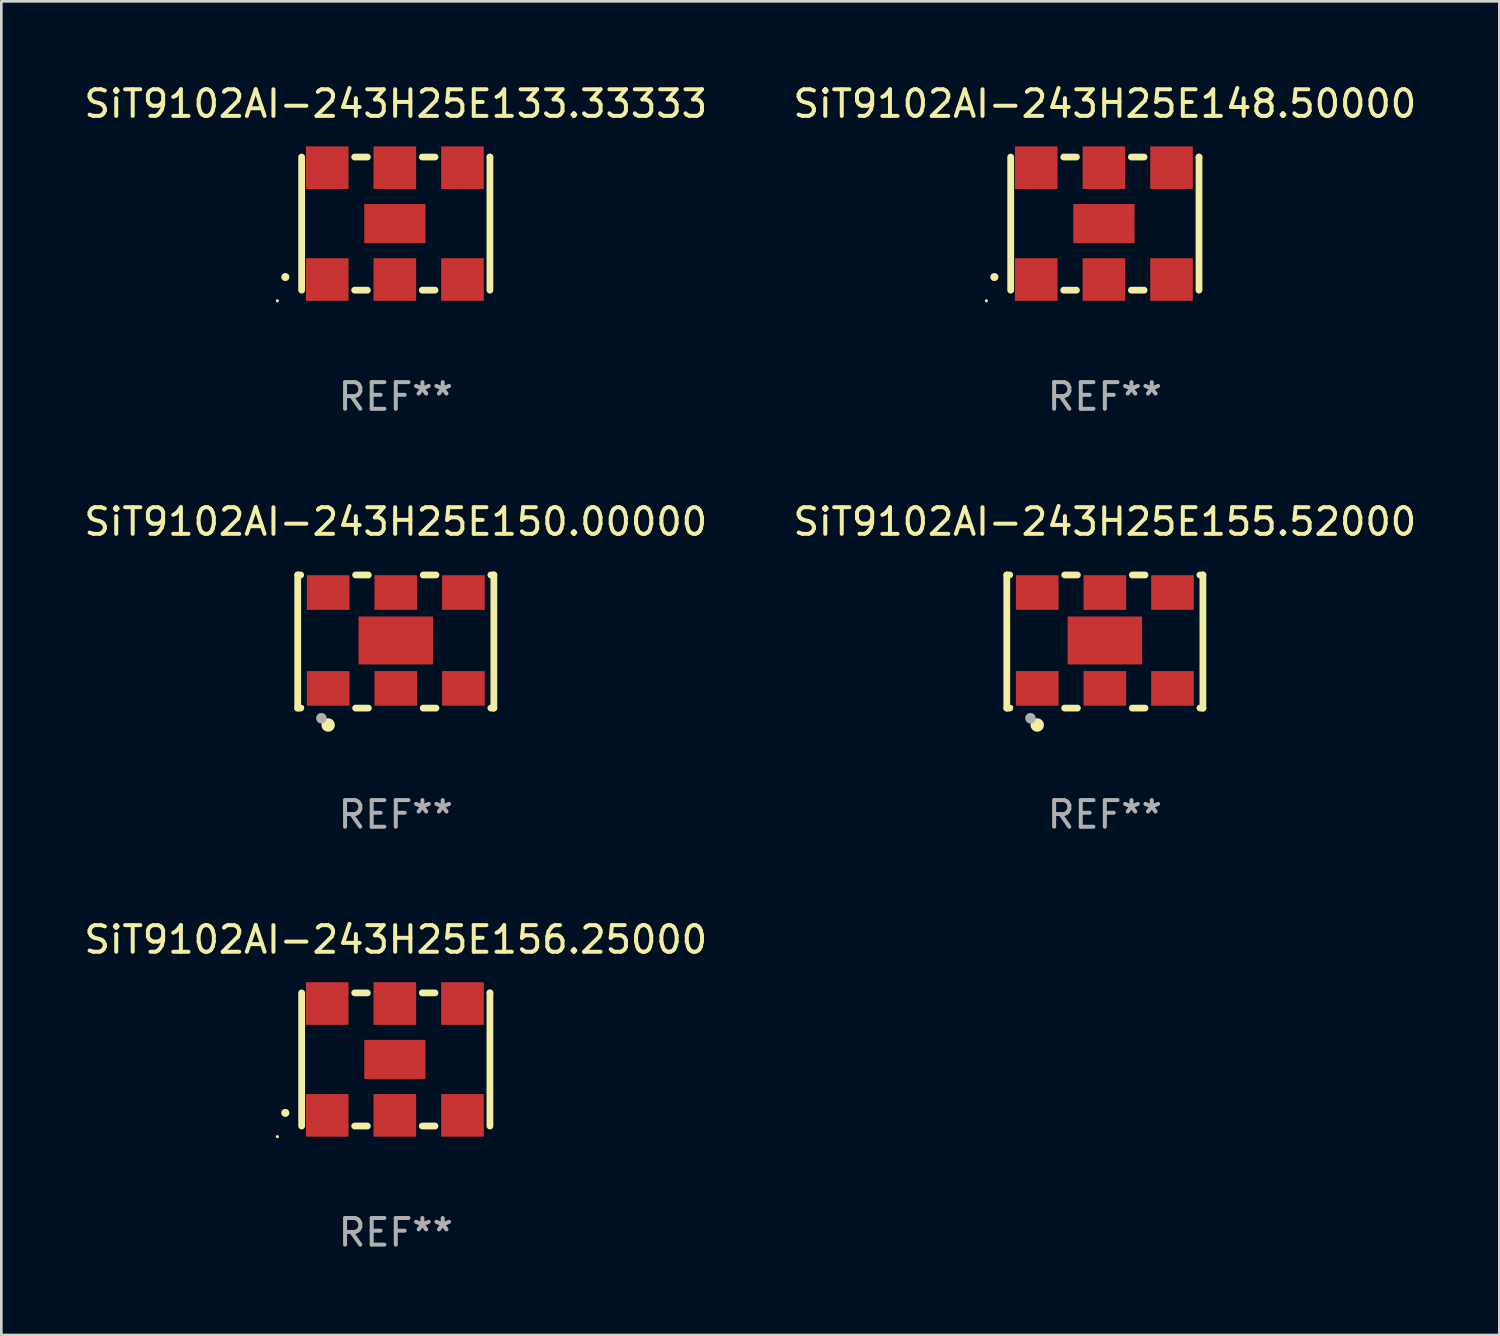
<source format=kicad_pcb>
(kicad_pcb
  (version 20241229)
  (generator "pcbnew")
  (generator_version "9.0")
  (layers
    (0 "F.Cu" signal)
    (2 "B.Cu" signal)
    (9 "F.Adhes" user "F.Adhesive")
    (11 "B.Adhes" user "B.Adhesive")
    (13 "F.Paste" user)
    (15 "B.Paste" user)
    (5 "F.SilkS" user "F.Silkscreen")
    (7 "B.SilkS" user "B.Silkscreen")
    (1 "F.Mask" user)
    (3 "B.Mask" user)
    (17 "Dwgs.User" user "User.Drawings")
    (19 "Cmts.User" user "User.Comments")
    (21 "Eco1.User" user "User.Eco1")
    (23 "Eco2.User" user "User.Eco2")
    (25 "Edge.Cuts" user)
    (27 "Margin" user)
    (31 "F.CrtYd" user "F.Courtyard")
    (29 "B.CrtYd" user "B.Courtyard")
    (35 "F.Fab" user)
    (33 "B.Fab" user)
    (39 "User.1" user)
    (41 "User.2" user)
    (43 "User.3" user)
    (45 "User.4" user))
  (footprint "SiT9102AI-243H25E148.50000"
    (layer "F.Cu")
    (at 38.446 5.348)
    (property "Reference" "SiT9102AI-243H25E148.50000" (at 0 -4.5 0) (layer "F.SilkS") (effects (font (size 1 1) (thickness 0.15))))
    (attr through_hole)
    (fp_line (start -3.536 -2.5) (end -3.536 2.5) (stroke (width 0.254) (type solid)) (layer "F.SilkS"))
    (fp_line (start -1.544 2.5) (end -1.067 2.5) (stroke (width 0.254) (type solid)) (layer "F.SilkS"))
    (fp_line (start -1.067 -2.5) (end -1.544 -2.5) (stroke (width 0.254) (type solid)) (layer "F.SilkS"))
    (fp_line (start 0.996 2.5) (end 1.473 2.5) (stroke (width 0.254) (type solid)) (layer "F.SilkS"))
    (fp_line (start 1.473 -2.5) (end 0.996 -2.5) (stroke (width 0.254) (type solid)) (layer "F.SilkS"))
    (fp_line (start 3.536 -2.5) (end 3.536 -2.5) (stroke (width 0.254) (type solid)) (layer "F.SilkS"))
    (fp_line (start 3.536 2.5) (end 3.536 -2.5) (stroke (width 0.254) (type solid)) (layer "F.SilkS"))
    (fp_arc (start -4.150432 2.006604) (mid -4.149162 2.006599) (end -4.147892 2.006604) (stroke (width 0.3) (type solid)) (layer "F.SilkS"))
    (fp_circle (center -4.449 2.9) (end -4.419 2.9) (stroke (width 0.06) (type solid)) (fill no) (layer "F.SilkS"))
    (fp_text user "REF**" (at 0 6.5 0) (layer "F.Fab") (effects (font (size 1 1) (thickness 0.15))))
    (pad "1" smd rect (at -2.576 2.1) (size 1.6 1.6) (layers "F.Cu" "F.Mask" "F.Paste"))
    (pad "2" smd rect (at -0.036 2.1) (size 1.6 1.6) (layers "F.Cu" "F.Mask" "F.Paste"))
    (pad "3" smd rect (at 2.504 2.1) (size 1.6 1.6) (layers "F.Cu" "F.Mask" "F.Paste"))
    (pad "4" smd rect (at 2.504 -2.1) (size 1.6 1.6) (layers "F.Cu" "F.Mask" "F.Paste"))
    (pad "5" smd rect (at -0.036 -2.1) (size 1.6 1.6) (layers "F.Cu" "F.Mask" "F.Paste"))
    (pad "6" smd rect (at -2.576 -2.1) (size 1.6 1.6) (layers "F.Cu" "F.Mask" "F.Paste"))
    (pad "7" smd rect (at -0.036 0) (size 2.3 1.47) (layers "F.Cu" "F.Mask" "F.Paste")))
  (footprint "SiT9102AI-243H25E150.00000"
    (layer "F.Cu")
    (at 11.815 21.045)
    (property "Reference" "SiT9102AI-243H25E150.00000" (at 0 -4.5 0) (layer "F.SilkS") (effects (font (size 1 1) (thickness 0.15))))
    (attr through_hole)
    (fp_line (start -3.683 -2.5) (end -3.571 -2.5) (stroke (width 0.254) (type solid)) (layer "F.SilkS"))
    (fp_line (start -3.683 2.5) (end -3.683 -2.5) (stroke (width 0.254) (type solid)) (layer "F.SilkS"))
    (fp_line (start -3.683 2.5) (end -3.571 2.5) (stroke (width 0.254) (type solid)) (layer "F.SilkS"))
    (fp_line (start -1.509 -2.5) (end -1.031 -2.5) (stroke (width 0.254) (type solid)) (layer "F.SilkS"))
    (fp_line (start -1.509 2.5) (end -1.031 2.5) (stroke (width 0.254) (type solid)) (layer "F.SilkS"))
    (fp_line (start 1.031 -2.5) (end 1.509 -2.5) (stroke (width 0.254) (type solid)) (layer "F.SilkS"))
    (fp_line (start 1.031 2.5) (end 1.509 2.5) (stroke (width 0.254) (type solid)) (layer "F.SilkS"))
    (fp_line (start 3.571 -2.5) (end 3.683 -2.5) (stroke (width 0.254) (type solid)) (layer "F.SilkS"))
    (fp_line (start 3.571 2.5) (end 3.683 2.5) (stroke (width 0.254) (type solid)) (layer "F.SilkS"))
    (fp_line (start 3.683 2.5) (end 3.683 -2.5) (stroke (width 0.254) (type solid)) (layer "F.SilkS"))
    (fp_circle (center -3.5 2.46) (end -3.47 2.46) (stroke (width 0.06) (type solid)) (fill no) (layer "F.SilkS"))
    (fp_circle (center -2.54 3.135) (end -2.413 3.135) (stroke (width 0.254) (type solid)) (fill no) (layer "F.SilkS"))
    (fp_circle (center -2.794 2.881) (end -2.694 2.881) (stroke (width 0.2) (type solid)) (fill no) (layer "F.Fab"))
    (fp_text user "REF**" (at 0 6.5 0) (layer "F.Fab") (effects (font (size 1 1) (thickness 0.15))))
    (pad "1" smd rect (at -2.54 1.76) (size 1.6 1.3) (layers "F.Cu" "F.Mask" "F.Paste"))
    (pad "2" smd rect (at 0 1.76) (size 1.6 1.3) (layers "F.Cu" "F.Mask" "F.Paste"))
    (pad "3" smd rect (at 2.54 1.76) (size 1.6 1.3) (layers "F.Cu" "F.Mask" "F.Paste"))
    (pad "4" smd rect (at 2.54 -1.84) (size 1.6 1.3) (layers "F.Cu" "F.Mask" "F.Paste"))
    (pad "5" smd rect (at 0 -1.84) (size 1.6 1.3) (layers "F.Cu" "F.Mask" "F.Paste"))
    (pad "6" smd rect (at -2.54 -1.84) (size 1.6 1.3) (layers "F.Cu" "F.Mask" "F.Paste"))
    (pad "7" smd rect (at 0 -0.04) (size 2.8 1.8) (layers "F.Cu" "F.Mask" "F.Paste")))
  (footprint "SiT9102AI-243H25E155.52000"
    (layer "F.Cu")
    (at 38.446 21.045)
    (property "Reference" "SiT9102AI-243H25E155.52000" (at 0 -4.5 0) (layer "F.SilkS") (effects (font (size 1 1) (thickness 0.15))))
    (attr through_hole)
    (fp_line (start -3.683 -2.5) (end -3.571 -2.5) (stroke (width 0.254) (type solid)) (layer "F.SilkS"))
    (fp_line (start -3.683 2.5) (end -3.683 -2.5) (stroke (width 0.254) (type solid)) (layer "F.SilkS"))
    (fp_line (start -3.683 2.5) (end -3.571 2.5) (stroke (width 0.254) (type solid)) (layer "F.SilkS"))
    (fp_line (start -1.509 -2.5) (end -1.031 -2.5) (stroke (width 0.254) (type solid)) (layer "F.SilkS"))
    (fp_line (start -1.509 2.5) (end -1.031 2.5) (stroke (width 0.254) (type solid)) (layer "F.SilkS"))
    (fp_line (start 1.031 -2.5) (end 1.509 -2.5) (stroke (width 0.254) (type solid)) (layer "F.SilkS"))
    (fp_line (start 1.031 2.5) (end 1.509 2.5) (stroke (width 0.254) (type solid)) (layer "F.SilkS"))
    (fp_line (start 3.571 -2.5) (end 3.683 -2.5) (stroke (width 0.254) (type solid)) (layer "F.SilkS"))
    (fp_line (start 3.571 2.5) (end 3.683 2.5) (stroke (width 0.254) (type solid)) (layer "F.SilkS"))
    (fp_line (start 3.683 2.5) (end 3.683 -2.5) (stroke (width 0.254) (type solid)) (layer "F.SilkS"))
    (fp_circle (center -3.5 2.46) (end -3.47 2.46) (stroke (width 0.06) (type solid)) (fill no) (layer "F.SilkS"))
    (fp_circle (center -2.54 3.135) (end -2.413 3.135) (stroke (width 0.254) (type solid)) (fill no) (layer "F.SilkS"))
    (fp_circle (center -2.794 2.881) (end -2.694 2.881) (stroke (width 0.2) (type solid)) (fill no) (layer "F.Fab"))
    (fp_text user "REF**" (at 0 6.5 0) (layer "F.Fab") (effects (font (size 1 1) (thickness 0.15))))
    (pad "1" smd rect (at -2.54 1.76) (size 1.6 1.3) (layers "F.Cu" "F.Mask" "F.Paste"))
    (pad "2" smd rect (at 0 1.76) (size 1.6 1.3) (layers "F.Cu" "F.Mask" "F.Paste"))
    (pad "3" smd rect (at 2.54 1.76) (size 1.6 1.3) (layers "F.Cu" "F.Mask" "F.Paste"))
    (pad "4" smd rect (at 2.54 -1.84) (size 1.6 1.3) (layers "F.Cu" "F.Mask" "F.Paste"))
    (pad "5" smd rect (at 0 -1.84) (size 1.6 1.3) (layers "F.Cu" "F.Mask" "F.Paste"))
    (pad "6" smd rect (at -2.54 -1.84) (size 1.6 1.3) (layers "F.Cu" "F.Mask" "F.Paste"))
    (pad "7" smd rect (at 0 -0.04) (size 2.8 1.8) (layers "F.Cu" "F.Mask" "F.Paste")))
  (footprint "SiT9102AI-243H25E156.25000"
    (layer "F.Cu")
    (at 11.815 36.741)
    (property "Reference" "SiT9102AI-243H25E156.25000" (at 0 -4.5 0) (layer "F.SilkS") (effects (font (size 1 1) (thickness 0.15))))
    (attr through_hole)
    (fp_line (start -3.536 -2.5) (end -3.536 2.5) (stroke (width 0.254) (type solid)) (layer "F.SilkS"))
    (fp_line (start -1.544 2.5) (end -1.067 2.5) (stroke (width 0.254) (type solid)) (layer "F.SilkS"))
    (fp_line (start -1.067 -2.5) (end -1.544 -2.5) (stroke (width 0.254) (type solid)) (layer "F.SilkS"))
    (fp_line (start 0.996 2.5) (end 1.473 2.5) (stroke (width 0.254) (type solid)) (layer "F.SilkS"))
    (fp_line (start 1.473 -2.5) (end 0.996 -2.5) (stroke (width 0.254) (type solid)) (layer "F.SilkS"))
    (fp_line (start 3.536 -2.5) (end 3.536 -2.5) (stroke (width 0.254) (type solid)) (layer "F.SilkS"))
    (fp_line (start 3.536 2.5) (end 3.536 -2.5) (stroke (width 0.254) (type solid)) (layer "F.SilkS"))
    (fp_arc (start -4.150432 2.006604) (mid -4.149162 2.006599) (end -4.147892 2.006604) (stroke (width 0.3) (type solid)) (layer "F.SilkS"))
    (fp_circle (center -4.449 2.9) (end -4.419 2.9) (stroke (width 0.06) (type solid)) (fill no) (layer "F.SilkS"))
    (fp_text user "REF**" (at 0 6.5 0) (layer "F.Fab") (effects (font (size 1 1) (thickness 0.15))))
    (pad "1" smd rect (at -2.576 2.1) (size 1.6 1.6) (layers "F.Cu" "F.Mask" "F.Paste"))
    (pad "2" smd rect (at -0.036 2.1) (size 1.6 1.6) (layers "F.Cu" "F.Mask" "F.Paste"))
    (pad "3" smd rect (at 2.504 2.1) (size 1.6 1.6) (layers "F.Cu" "F.Mask" "F.Paste"))
    (pad "4" smd rect (at 2.504 -2.1) (size 1.6 1.6) (layers "F.Cu" "F.Mask" "F.Paste"))
    (pad "5" smd rect (at -0.036 -2.1) (size 1.6 1.6) (layers "F.Cu" "F.Mask" "F.Paste"))
    (pad "6" smd rect (at -2.576 -2.1) (size 1.6 1.6) (layers "F.Cu" "F.Mask" "F.Paste"))
    (pad "7" smd rect (at -0.036 0) (size 2.3 1.47) (layers "F.Cu" "F.Mask" "F.Paste")))
  (footprint "SiT9102AI-243H25E133.33333"
    (layer "F.Cu")
    (at 11.815 5.348)
    (property "Reference" "SiT9102AI-243H25E133.33333" (at 0 -4.5 0) (layer "F.SilkS") (effects (font (size 1 1) (thickness 0.15))))
    (attr through_hole)
    (fp_line (start -3.536 -2.5) (end -3.536 2.5) (stroke (width 0.254) (type solid)) (layer "F.SilkS"))
    (fp_line (start -1.544 2.5) (end -1.067 2.5) (stroke (width 0.254) (type solid)) (layer "F.SilkS"))
    (fp_line (start -1.067 -2.5) (end -1.544 -2.5) (stroke (width 0.254) (type solid)) (layer "F.SilkS"))
    (fp_line (start 0.996 2.5) (end 1.473 2.5) (stroke (width 0.254) (type solid)) (layer "F.SilkS"))
    (fp_line (start 1.473 -2.5) (end 0.996 -2.5) (stroke (width 0.254) (type solid)) (layer "F.SilkS"))
    (fp_line (start 3.536 -2.5) (end 3.536 -2.5) (stroke (width 0.254) (type solid)) (layer "F.SilkS"))
    (fp_line (start 3.536 2.5) (end 3.536 -2.5) (stroke (width 0.254) (type solid)) (layer "F.SilkS"))
    (fp_arc (start -4.150432 2.006604) (mid -4.149162 2.006599) (end -4.147892 2.006604) (stroke (width 0.3) (type solid)) (layer "F.SilkS"))
    (fp_circle (center -4.449 2.9) (end -4.419 2.9) (stroke (width 0.06) (type solid)) (fill no) (layer "F.SilkS"))
    (fp_text user "REF**" (at 0 6.5 0) (layer "F.Fab") (effects (font (size 1 1) (thickness 0.15))))
    (pad "1" smd rect (at -2.576 2.1) (size 1.6 1.6) (layers "F.Cu" "F.Mask" "F.Paste"))
    (pad "2" smd rect (at -0.036 2.1) (size 1.6 1.6) (layers "F.Cu" "F.Mask" "F.Paste"))
    (pad "3" smd rect (at 2.504 2.1) (size 1.6 1.6) (layers "F.Cu" "F.Mask" "F.Paste"))
    (pad "4" smd rect (at 2.504 -2.1) (size 1.6 1.6) (layers "F.Cu" "F.Mask" "F.Paste"))
    (pad "5" smd rect (at -0.036 -2.1) (size 1.6 1.6) (layers "F.Cu" "F.Mask" "F.Paste"))
    (pad "6" smd rect (at -2.576 -2.1) (size 1.6 1.6) (layers "F.Cu" "F.Mask" "F.Paste"))
    (pad "7" smd rect (at -0.036 0) (size 2.3 1.47) (layers "F.Cu" "F.Mask" "F.Paste")))
  (gr_rect
    (start -3 -3)
    (end 53.262 47.09)
    (stroke (width 0.1) (type default))
    (fill no)
    (layer "Edge.Cuts")))
</source>
